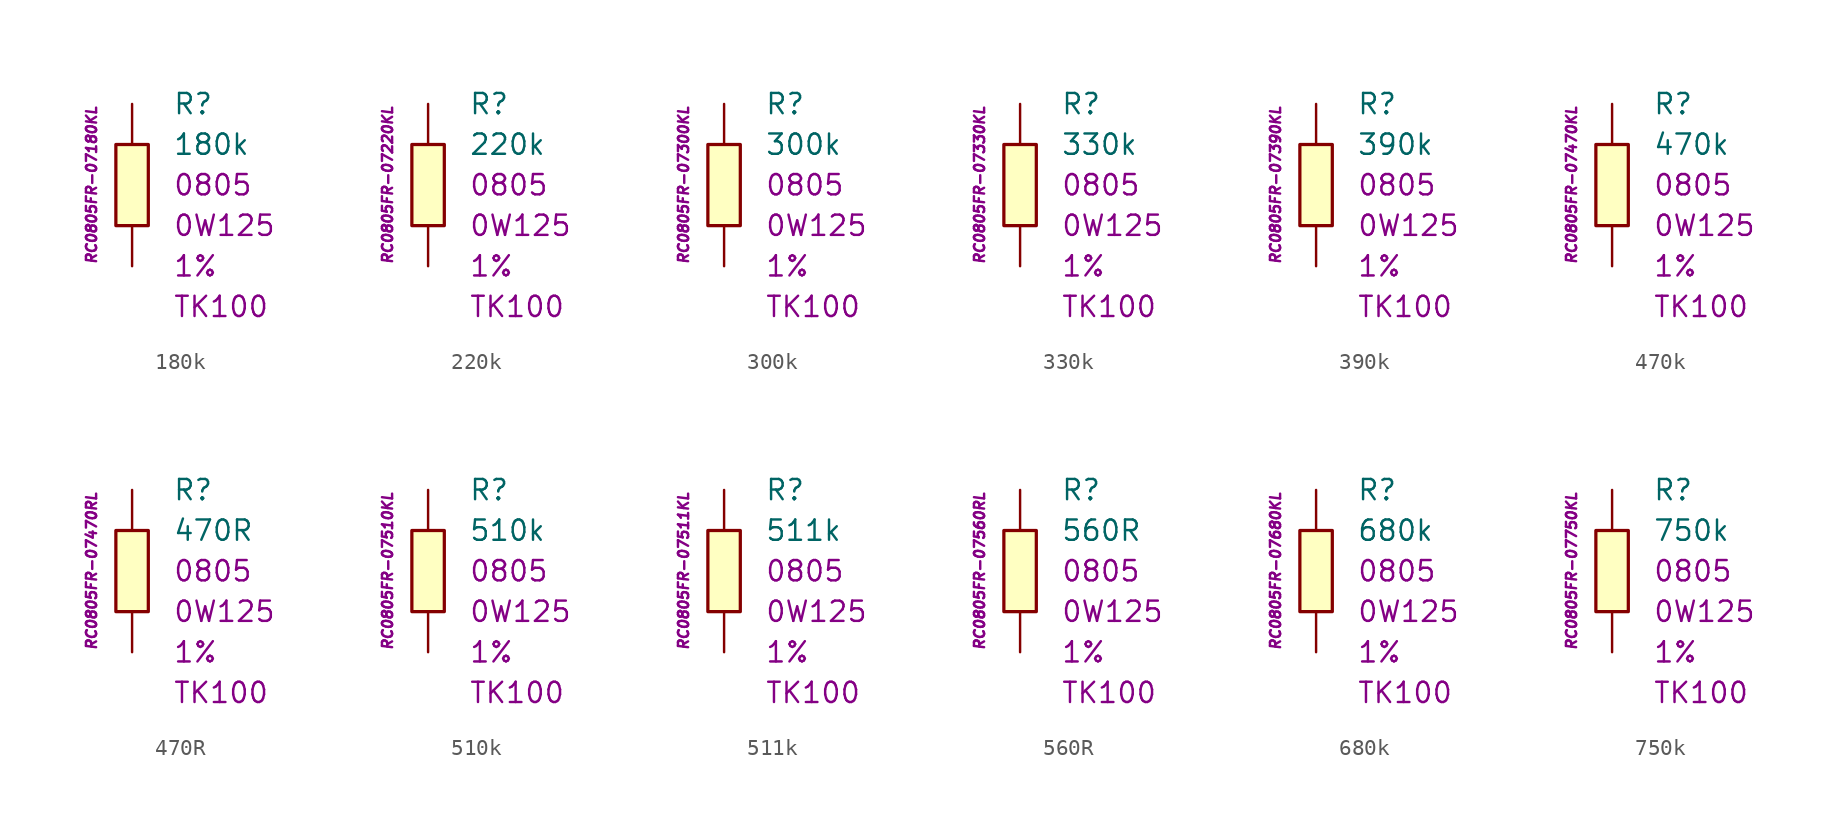
<source format=kicad_sym>
(kicad_symbol_lib
  (version 20201005)
  (generator kicad_symbol_editor)
  (symbol "180k"
    (pin_numbers hide)
    (pin_names
      (offset 1.016) hide)
    (property "Reference" "R"
      (at 2.54 5.08 0)
      (effects (font (size 1.27 1.27)) (justify left)))
    (property "Value" "180k"
      (at 2.54 2.54 0)
      (effects (font (size 1.27 1.27)) (justify left)))
    (property "Package" "0805"
      (at 2.54 0 0)
      (effects (font (size 1.27 1.27)) (justify left)))
    (property "Power" "0W125"
      (at 2.54 -2.54 0)
      (effects (font (size 1.27 1.27)) (justify left)))
    (property "Tolerance" "1%"
      (at 2.54 -5.08 0)
      (effects (font (size 1.27 1.27)) (justify left)))
    (property "TK" "TK100"
      (at 2.54 -7.62 0)
      (effects (font (size 1.27 1.27)) (justify left)))
    (property "ID" "RC0805FR-07180KL"
      (at -2.54 0 90)
      (effects (font (size 0.635 0.635) italic)))
    (symbol "180k_0_1"
      (rectangle (start -1.016 2.54) (end 1.016 -2.54) (stroke (width 0.203)) (fill (type background))))
    (symbol "180k_1_1"
      (pin passive line (at 0 5.08 270) (length 2.54) (name "~" (effects (font (size 1.778 1.778)))) (number "1" (effects (font (size 1.778 1.778)))))
      (pin passive line (at 0 -5.08 90) (length 2.54) (name "~" (effects (font (size 1.778 1.778)))) (number "2" (effects (font (size 1.778 1.778)))))))
  (symbol "220k"
    (pin_numbers hide)
    (pin_names
      (offset 1.016) hide)
    (property "Reference" "R"
      (at 2.54 5.08 0)
      (effects (font (size 1.27 1.27)) (justify left)))
    (property "Value" "220k"
      (at 2.54 2.54 0)
      (effects (font (size 1.27 1.27)) (justify left)))
    (property "Package" "0805"
      (at 2.54 0 0)
      (effects (font (size 1.27 1.27)) (justify left)))
    (property "Power" "0W125"
      (at 2.54 -2.54 0)
      (effects (font (size 1.27 1.27)) (justify left)))
    (property "Tolerance" "1%"
      (at 2.54 -5.08 0)
      (effects (font (size 1.27 1.27)) (justify left)))
    (property "TK" "TK100"
      (at 2.54 -7.62 0)
      (effects (font (size 1.27 1.27)) (justify left)))
    (property "ID" "RC0805FR-07220KL"
      (at -2.54 0 90)
      (effects (font (size 0.635 0.635) italic)))
    (symbol "220k_0_1"
      (rectangle (start -1.016 2.54) (end 1.016 -2.54) (stroke (width 0.203)) (fill (type background))))
    (symbol "220k_1_1"
      (pin passive line (at 0 5.08 270) (length 2.54) (name "~" (effects (font (size 1.778 1.778)))) (number "1" (effects (font (size 1.778 1.778)))))
      (pin passive line (at 0 -5.08 90) (length 2.54) (name "~" (effects (font (size 1.778 1.778)))) (number "2" (effects (font (size 1.778 1.778)))))))
  (symbol "300k"
    (pin_numbers hide)
    (pin_names
      (offset 1.016) hide)
    (property "Reference" "R"
      (at 2.54 5.08 0)
      (effects (font (size 1.27 1.27)) (justify left)))
    (property "Value" "300k"
      (at 2.54 2.54 0)
      (effects (font (size 1.27 1.27)) (justify left)))
    (property "Package" "0805"
      (at 2.54 0 0)
      (effects (font (size 1.27 1.27)) (justify left)))
    (property "Power" "0W125"
      (at 2.54 -2.54 0)
      (effects (font (size 1.27 1.27)) (justify left)))
    (property "Tolerance" "1%"
      (at 2.54 -5.08 0)
      (effects (font (size 1.27 1.27)) (justify left)))
    (property "TK" "TK100"
      (at 2.54 -7.62 0)
      (effects (font (size 1.27 1.27)) (justify left)))
    (property "ID" "RC0805FR-07300KL"
      (at -2.54 0 90)
      (effects (font (size 0.635 0.635) italic)))
    (symbol "300k_0_1"
      (rectangle (start -1.016 2.54) (end 1.016 -2.54) (stroke (width 0.203)) (fill (type background))))
    (symbol "300k_1_1"
      (pin passive line (at 0 5.08 270) (length 2.54) (name "~" (effects (font (size 1.778 1.778)))) (number "1" (effects (font (size 1.778 1.778)))))
      (pin passive line (at 0 -5.08 90) (length 2.54) (name "~" (effects (font (size 1.778 1.778)))) (number "2" (effects (font (size 1.778 1.778)))))))
  (symbol "330k"
    (pin_numbers hide)
    (pin_names
      (offset 1.016) hide)
    (property "Reference" "R"
      (at 2.54 5.08 0)
      (effects (font (size 1.27 1.27)) (justify left)))
    (property "Value" "330k"
      (at 2.54 2.54 0)
      (effects (font (size 1.27 1.27)) (justify left)))
    (property "Package" "0805"
      (at 2.54 0 0)
      (effects (font (size 1.27 1.27)) (justify left)))
    (property "Power" "0W125"
      (at 2.54 -2.54 0)
      (effects (font (size 1.27 1.27)) (justify left)))
    (property "Tolerance" "1%"
      (at 2.54 -5.08 0)
      (effects (font (size 1.27 1.27)) (justify left)))
    (property "TK" "TK100"
      (at 2.54 -7.62 0)
      (effects (font (size 1.27 1.27)) (justify left)))
    (property "ID" "RC0805FR-07330KL"
      (at -2.54 0 90)
      (effects (font (size 0.635 0.635) italic)))
    (symbol "330k_0_1"
      (rectangle (start -1.016 2.54) (end 1.016 -2.54) (stroke (width 0.203)) (fill (type background))))
    (symbol "330k_1_1"
      (pin passive line (at 0 5.08 270) (length 2.54) (name "~" (effects (font (size 1.778 1.778)))) (number "1" (effects (font (size 1.778 1.778)))))
      (pin passive line (at 0 -5.08 90) (length 2.54) (name "~" (effects (font (size 1.778 1.778)))) (number "2" (effects (font (size 1.778 1.778)))))))
  (symbol "390k"
    (pin_numbers hide)
    (pin_names
      (offset 1.016) hide)
    (property "Reference" "R"
      (at 2.54 5.08 0)
      (effects (font (size 1.27 1.27)) (justify left)))
    (property "Value" "390k"
      (at 2.54 2.54 0)
      (effects (font (size 1.27 1.27)) (justify left)))
    (property "Package" "0805"
      (at 2.54 0 0)
      (effects (font (size 1.27 1.27)) (justify left)))
    (property "Power" "0W125"
      (at 2.54 -2.54 0)
      (effects (font (size 1.27 1.27)) (justify left)))
    (property "Tolerance" "1%"
      (at 2.54 -5.08 0)
      (effects (font (size 1.27 1.27)) (justify left)))
    (property "TK" "TK100"
      (at 2.54 -7.62 0)
      (effects (font (size 1.27 1.27)) (justify left)))
    (property "ID" "RC0805FR-07390KL"
      (at -2.54 0 90)
      (effects (font (size 0.635 0.635) italic)))
    (symbol "390k_0_1"
      (rectangle (start -1.016 2.54) (end 1.016 -2.54) (stroke (width 0.203)) (fill (type background))))
    (symbol "390k_1_1"
      (pin passive line (at 0 5.08 270) (length 2.54) (name "~" (effects (font (size 1.778 1.778)))) (number "1" (effects (font (size 1.778 1.778)))))
      (pin passive line (at 0 -5.08 90) (length 2.54) (name "~" (effects (font (size 1.778 1.778)))) (number "2" (effects (font (size 1.778 1.778)))))))
  (symbol "470k"
    (pin_numbers hide)
    (pin_names
      (offset 1.016) hide)
    (property "Reference" "R"
      (at 2.54 5.08 0)
      (effects (font (size 1.27 1.27)) (justify left)))
    (property "Value" "470k"
      (at 2.54 2.54 0)
      (effects (font (size 1.27 1.27)) (justify left)))
    (property "Package" "0805"
      (at 2.54 0 0)
      (effects (font (size 1.27 1.27)) (justify left)))
    (property "Power" "0W125"
      (at 2.54 -2.54 0)
      (effects (font (size 1.27 1.27)) (justify left)))
    (property "Tolerance" "1%"
      (at 2.54 -5.08 0)
      (effects (font (size 1.27 1.27)) (justify left)))
    (property "TK" "TK100"
      (at 2.54 -7.62 0)
      (effects (font (size 1.27 1.27)) (justify left)))
    (property "ID" "RC0805FR-07470KL"
      (at -2.54 0 90)
      (effects (font (size 0.635 0.635) italic)))
    (symbol "470k_0_1"
      (rectangle (start -1.016 2.54) (end 1.016 -2.54) (stroke (width 0.203)) (fill (type background))))
    (symbol "470k_1_1"
      (pin passive line (at 0 5.08 270) (length 2.54) (name "~" (effects (font (size 1.778 1.778)))) (number "1" (effects (font (size 1.778 1.778)))))
      (pin passive line (at 0 -5.08 90) (length 2.54) (name "~" (effects (font (size 1.778 1.778)))) (number "2" (effects (font (size 1.778 1.778)))))))
  (symbol "470R"
    (pin_numbers hide)
    (pin_names
      (offset 1.016) hide)
    (property "Reference" "R"
      (at 2.54 5.08 0)
      (effects (font (size 1.27 1.27)) (justify left)))
    (property "Value" "470R"
      (at 2.54 2.54 0)
      (effects (font (size 1.27 1.27)) (justify left)))
    (property "Package" "0805"
      (at 2.54 0 0)
      (effects (font (size 1.27 1.27)) (justify left)))
    (property "Power" "0W125"
      (at 2.54 -2.54 0)
      (effects (font (size 1.27 1.27)) (justify left)))
    (property "Tolerance" "1%"
      (at 2.54 -5.08 0)
      (effects (font (size 1.27 1.27)) (justify left)))
    (property "TK" "TK100"
      (at 2.54 -7.62 0)
      (effects (font (size 1.27 1.27)) (justify left)))
    (property "ID" "RC0805FR-07470RL"
      (at -2.54 0 90)
      (effects (font (size 0.635 0.635) italic)))
    (symbol "470R_0_1"
      (rectangle (start -1.016 2.54) (end 1.016 -2.54) (stroke (width 0.203)) (fill (type background))))
    (symbol "470R_1_1"
      (pin passive line (at 0 5.08 270) (length 2.54) (name "~" (effects (font (size 1.778 1.778)))) (number "1" (effects (font (size 1.778 1.778)))))
      (pin passive line (at 0 -5.08 90) (length 2.54) (name "~" (effects (font (size 1.778 1.778)))) (number "2" (effects (font (size 1.778 1.778)))))))
  (symbol "510k"
    (pin_numbers hide)
    (pin_names
      (offset 1.016) hide)
    (property "Reference" "R"
      (at 2.54 5.08 0)
      (effects (font (size 1.27 1.27)) (justify left)))
    (property "Value" "510k"
      (at 2.54 2.54 0)
      (effects (font (size 1.27 1.27)) (justify left)))
    (property "Package" "0805"
      (at 2.54 0 0)
      (effects (font (size 1.27 1.27)) (justify left)))
    (property "Power" "0W125"
      (at 2.54 -2.54 0)
      (effects (font (size 1.27 1.27)) (justify left)))
    (property "Tolerance" "1%"
      (at 2.54 -5.08 0)
      (effects (font (size 1.27 1.27)) (justify left)))
    (property "TK" "TK100"
      (at 2.54 -7.62 0)
      (effects (font (size 1.27 1.27)) (justify left)))
    (property "ID" "RC0805FR-07510KL"
      (at -2.54 0 90)
      (effects (font (size 0.635 0.635) italic)))
    (symbol "510k_0_1"
      (rectangle (start -1.016 2.54) (end 1.016 -2.54) (stroke (width 0.203)) (fill (type background))))
    (symbol "510k_1_1"
      (pin passive line (at 0 5.08 270) (length 2.54) (name "~" (effects (font (size 1.778 1.778)))) (number "1" (effects (font (size 1.778 1.778)))))
      (pin passive line (at 0 -5.08 90) (length 2.54) (name "~" (effects (font (size 1.778 1.778)))) (number "2" (effects (font (size 1.778 1.778)))))))
  (symbol "511k"
    (pin_numbers hide)
    (pin_names
      (offset 1.016) hide)
    (property "Reference" "R"
      (at 2.54 5.08 0)
      (effects (font (size 1.27 1.27)) (justify left)))
    (property "Value" "511k"
      (at 2.54 2.54 0)
      (effects (font (size 1.27 1.27)) (justify left)))
    (property "Package" "0805"
      (at 2.54 0 0)
      (effects (font (size 1.27 1.27)) (justify left)))
    (property "Power" "0W125"
      (at 2.54 -2.54 0)
      (effects (font (size 1.27 1.27)) (justify left)))
    (property "Tolerance" "1%"
      (at 2.54 -5.08 0)
      (effects (font (size 1.27 1.27)) (justify left)))
    (property "TK" "TK100"
      (at 2.54 -7.62 0)
      (effects (font (size 1.27 1.27)) (justify left)))
    (property "ID" "RC0805FR-07511KL"
      (at -2.54 0 90)
      (effects (font (size 0.635 0.635) italic)))
    (symbol "511k_0_1"
      (rectangle (start -1.016 2.54) (end 1.016 -2.54) (stroke (width 0.203)) (fill (type background))))
    (symbol "511k_1_1"
      (pin passive line (at 0 5.08 270) (length 2.54) (name "~" (effects (font (size 1.778 1.778)))) (number "1" (effects (font (size 1.778 1.778)))))
      (pin passive line (at 0 -5.08 90) (length 2.54) (name "~" (effects (font (size 1.778 1.778)))) (number "2" (effects (font (size 1.778 1.778)))))))
  (symbol "560R"
    (pin_numbers hide)
    (pin_names
      (offset 1.016) hide)
    (property "Reference" "R"
      (at 2.54 5.08 0)
      (effects (font (size 1.27 1.27)) (justify left)))
    (property "Value" "560R"
      (at 2.54 2.54 0)
      (effects (font (size 1.27 1.27)) (justify left)))
    (property "Package" "0805"
      (at 2.54 0 0)
      (effects (font (size 1.27 1.27)) (justify left)))
    (property "Power" "0W125"
      (at 2.54 -2.54 0)
      (effects (font (size 1.27 1.27)) (justify left)))
    (property "Tolerance" "1%"
      (at 2.54 -5.08 0)
      (effects (font (size 1.27 1.27)) (justify left)))
    (property "TK" "TK100"
      (at 2.54 -7.62 0)
      (effects (font (size 1.27 1.27)) (justify left)))
    (property "ID" "RC0805FR-07560RL"
      (at -2.54 0 90)
      (effects (font (size 0.635 0.635) italic)))
    (symbol "560R_0_1"
      (rectangle (start -1.016 2.54) (end 1.016 -2.54) (stroke (width 0.203)) (fill (type background))))
    (symbol "560R_1_1"
      (pin passive line (at 0 5.08 270) (length 2.54) (name "~" (effects (font (size 1.778 1.778)))) (number "1" (effects (font (size 1.778 1.778)))))
      (pin passive line (at 0 -5.08 90) (length 2.54) (name "~" (effects (font (size 1.778 1.778)))) (number "2" (effects (font (size 1.778 1.778)))))))
  (symbol "680k"
    (pin_numbers hide)
    (pin_names
      (offset 1.016) hide)
    (property "Reference" "R"
      (at 2.54 5.08 0)
      (effects (font (size 1.27 1.27)) (justify left)))
    (property "Value" "680k"
      (at 2.54 2.54 0)
      (effects (font (size 1.27 1.27)) (justify left)))
    (property "Package" "0805"
      (at 2.54 0 0)
      (effects (font (size 1.27 1.27)) (justify left)))
    (property "Power" "0W125"
      (at 2.54 -2.54 0)
      (effects (font (size 1.27 1.27)) (justify left)))
    (property "Tolerance" "1%"
      (at 2.54 -5.08 0)
      (effects (font (size 1.27 1.27)) (justify left)))
    (property "TK" "TK100"
      (at 2.54 -7.62 0)
      (effects (font (size 1.27 1.27)) (justify left)))
    (property "ID" "RC0805FR-07680KL"
      (at -2.54 0 90)
      (effects (font (size 0.635 0.635) italic)))
    (symbol "680k_0_1"
      (rectangle (start -1.016 2.54) (end 1.016 -2.54) (stroke (width 0.203)) (fill (type background))))
    (symbol "680k_1_1"
      (pin passive line (at 0 5.08 270) (length 2.54) (name "~" (effects (font (size 1.778 1.778)))) (number "1" (effects (font (size 1.778 1.778)))))
      (pin passive line (at 0 -5.08 90) (length 2.54) (name "~" (effects (font (size 1.778 1.778)))) (number "2" (effects (font (size 1.778 1.778)))))))
  (symbol "750k"
    (pin_numbers hide)
    (pin_names
      (offset 1.016) hide)
    (property "Reference" "R"
      (at 2.54 5.08 0)
      (effects (font (size 1.27 1.27)) (justify left)))
    (property "Value" "750k"
      (at 2.54 2.54 0)
      (effects (font (size 1.27 1.27)) (justify left)))
    (property "Package" "0805"
      (at 2.54 0 0)
      (effects (font (size 1.27 1.27)) (justify left)))
    (property "Power" "0W125"
      (at 2.54 -2.54 0)
      (effects (font (size 1.27 1.27)) (justify left)))
    (property "Tolerance" "1%"
      (at 2.54 -5.08 0)
      (effects (font (size 1.27 1.27)) (justify left)))
    (property "TK" "TK100"
      (at 2.54 -7.62 0)
      (effects (font (size 1.27 1.27)) (justify left)))
    (property "ID" "RC0805FR-07750KL"
      (at -2.54 0 90)
      (effects (font (size 0.635 0.635) italic)))
    (symbol "750k_0_1"
      (rectangle (start -1.016 2.54) (end 1.016 -2.54) (stroke (width 0.203)) (fill (type background))))
    (symbol "750k_1_1"
      (pin passive line (at 0 5.08 270) (length 2.54) (name "~" (effects (font (size 1.778 1.778)))) (number "1" (effects (font (size 1.778 1.778)))))
      (pin passive line (at 0 -5.08 90) (length 2.54) (name "~" (effects (font (size 1.778 1.778)))) (number "2" (effects (font (size 1.778 1.778))))))))
</source>
